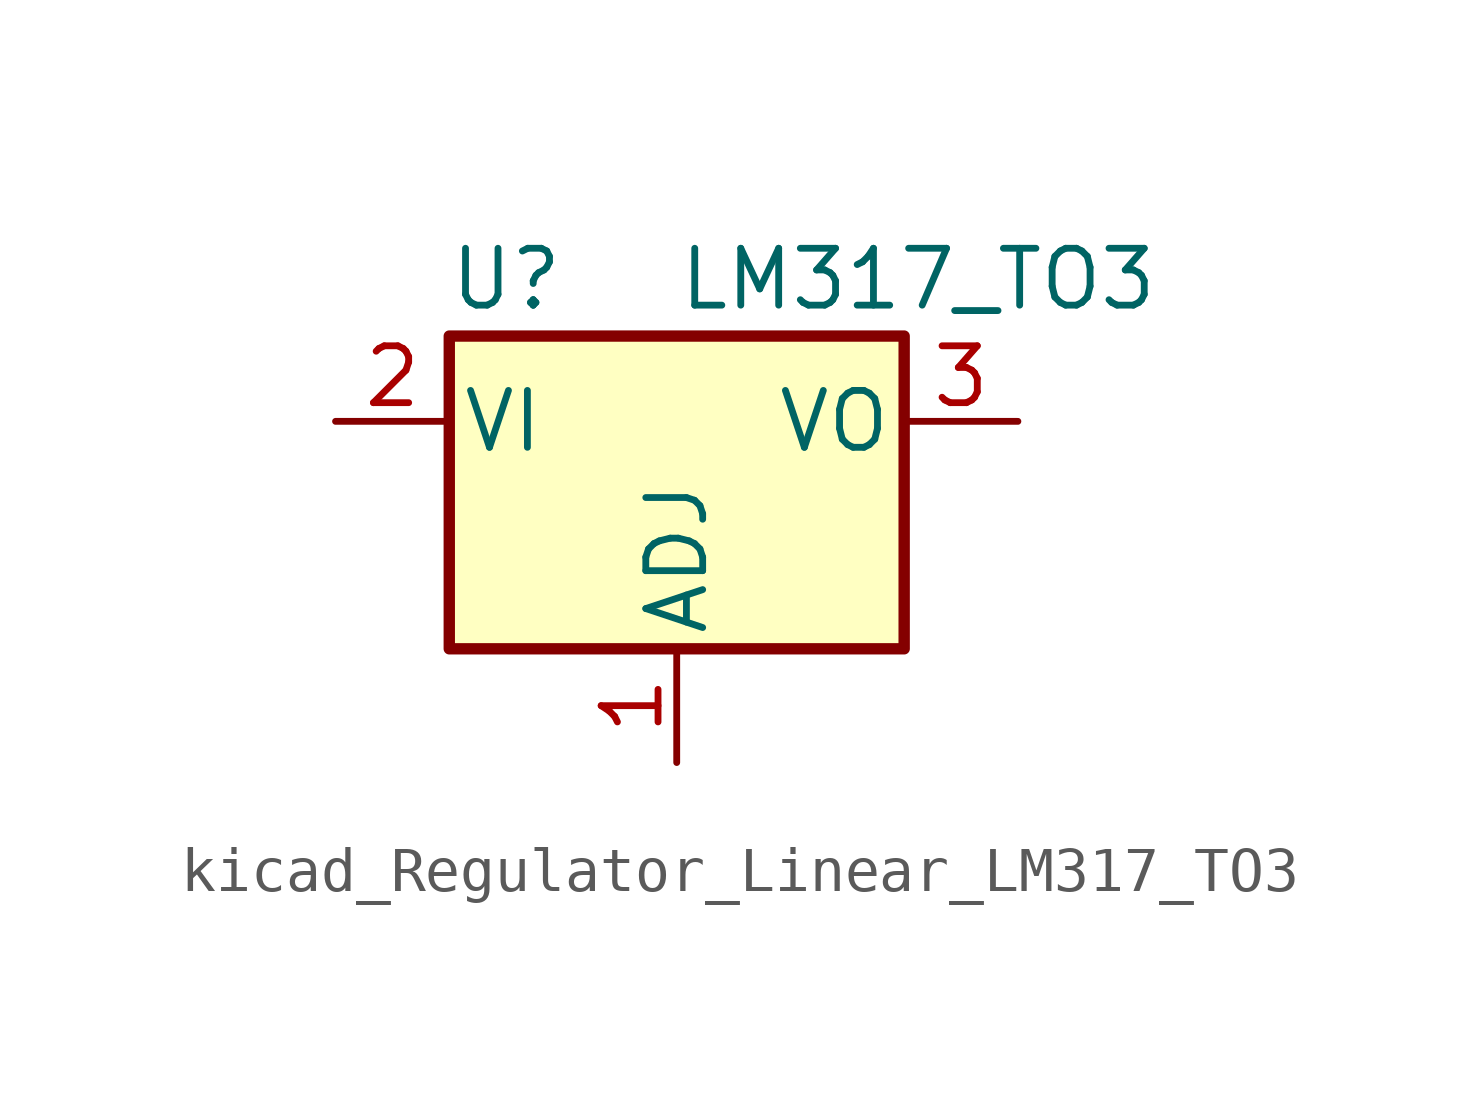
<source format=kicad_sym>
(kicad_symbol_lib
  (version 20220914)
  (generator kicad_symbol_editor)
  (symbol "kicad_Regulator_Linear_LM317_TO3"
    (pin_names
      (offset 0.254))
    (property "Reference" "U"
      (at -3.81 3.175 0)
      (effects (font (size 1.27 1.27))))
    (property "Value" "LM317_TO3"
      (at 0 3.175 0)
      (effects (font (size 1.27 1.27)) (justify left)))
    (symbol "kicad_Regulator_Linear_LM317_TO3_0_1"
      (rectangle (start -5.08 1.905) (end 5.08 -5.08) (stroke (width 0.254) (type default)) (fill (type background))))
    (symbol "kicad_Regulator_Linear_LM317_TO3_1_1"
      (pin input line (at 0 -7.62 90) (length 2.54) (name "ADJ" (effects (font (size 1.27 1.27)))) (number "1" (effects (font (size 1.27 1.27)))))
      (pin power_in line (at -7.62 0 0) (length 2.54) (name "VI" (effects (font (size 1.27 1.27)))) (number "2" (effects (font (size 1.27 1.27)))))
      (pin power_out line (at 7.62 0 180) (length 2.54) (name "VO" (effects (font (size 1.27 1.27)))) (number "3" (effects (font (size 1.27 1.27))))))))
</source>
